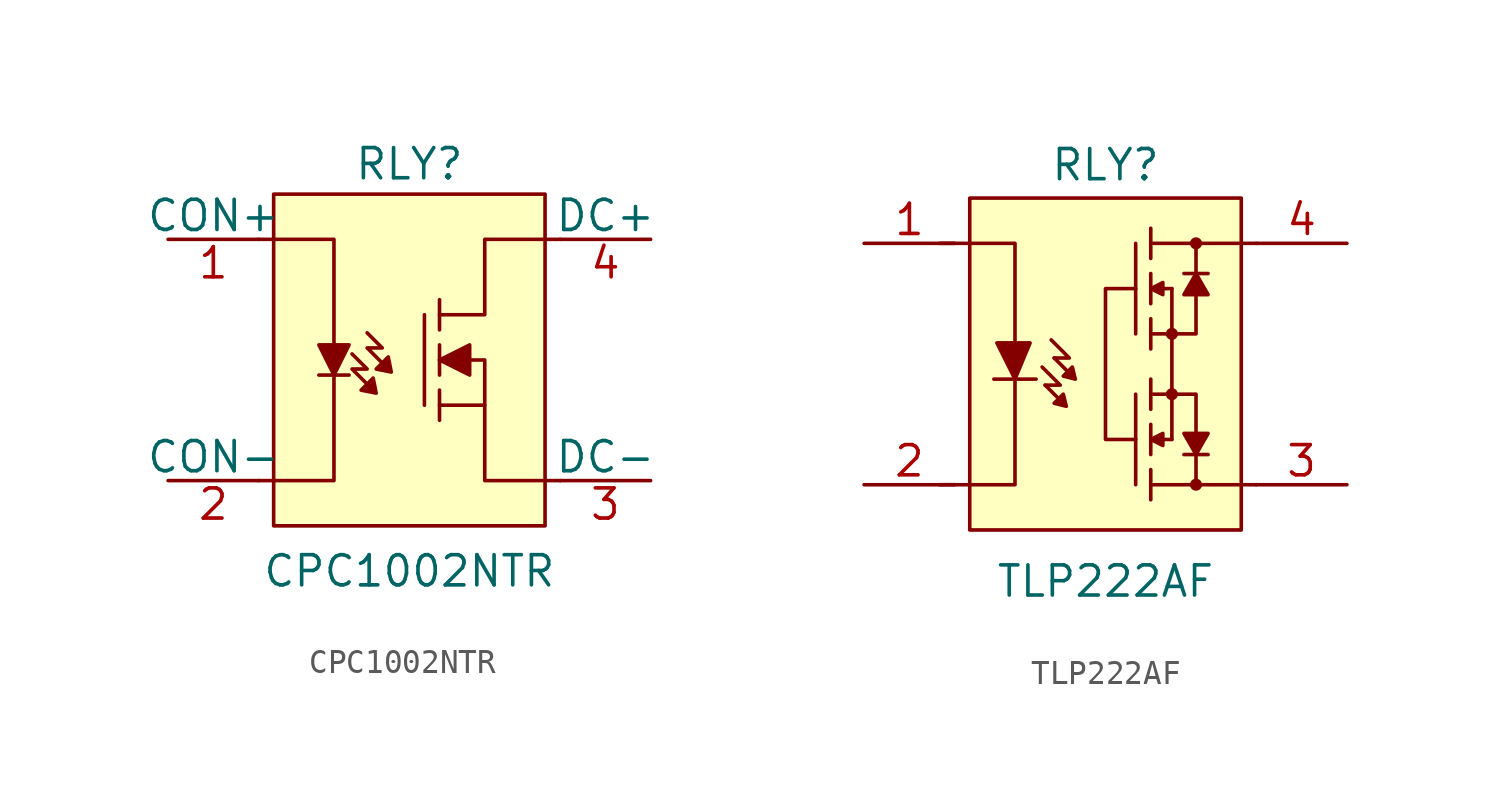
<source format=kicad_sym>
(kicad_symbol_lib
  (version 20201005)
  (generator kicad_symbol_editor)
  (symbol "CPC1002NTR"
    (pin_names
      (offset 0))
    (property "Reference" "RLY"
      (at 0 8.255 0)
      (effects (font (size 1.27 1.27))))
    (property "Value" "CPC1002NTR"
      (at 0 -8.89 0)
      (effects (font (size 1.27 1.27))))
    (symbol "CPC1002NTR_0_1"
      (rectangle (start 5.715 6.985) (end -5.715 -6.985) (stroke (width 0)) (fill (type background)))
      (polyline (pts (xy -3.81 -0.635) (xy -2.54 -0.635)) (stroke (width 0)) (fill (type none)))
      (polyline (pts (xy 0.635 1.905) (xy 0.635 -1.905)) (stroke (width 0)) (fill (type none)))
      (polyline (pts (xy 1.27 -1.27) (xy 1.27 -2.54)) (stroke (width 0)) (fill (type none)))
      (polyline (pts (xy 1.27 -0.635) (xy 1.27 0.635)) (stroke (width 0)) (fill (type none)))
      (polyline (pts (xy 1.27 1.27) (xy 1.27 2.54)) (stroke (width 0)) (fill (type none)))
      (polyline (pts (xy 3.175 -1.905) (xy 3.175 0) (xy 1.27 0)) (stroke (width 0)) (fill (type none)))
      (polyline (pts (xy -6.35 5.08) (xy -3.175 5.08) (xy -3.175 -5.08) (xy -6.35 -5.08)) (stroke (width 0)) (fill (type none)))
      (polyline (pts (xy -3.81 0.635) (xy -2.54 0.635) (xy -3.175 -0.635) (xy -3.81 0.635)) (stroke (width 0)) (fill (type outline)))
      (polyline (pts (xy -2.413 0.254) (xy -1.778 -0.381) (xy -2.413 -0.381) (xy -1.778 -1.016)) (stroke (width 0)) (fill (type none)))
      (polyline (pts (xy -1.778 1.143) (xy -1.143 0.508) (xy -1.778 0.508) (xy -1.143 -0.127)) (stroke (width 0)) (fill (type none)))
      (polyline (pts (xy -1.524 -0.762) (xy -2.032 -1.27) (xy -1.397 -1.397) (xy -1.524 -0.762)) (stroke (width 0)) (fill (type outline)))
      (polyline (pts (xy -0.889 0.127) (xy -1.397 -0.381) (xy -0.762 -0.508) (xy -0.889 0.127)) (stroke (width 0)) (fill (type outline)))
      (polyline (pts (xy 1.27 -1.905) (xy 3.175 -1.905) (xy 3.175 -5.08) (xy 6.35 -5.08)) (stroke (width 0)) (fill (type none)))
      (polyline (pts (xy 1.27 0) (xy 2.54 0.635) (xy 2.54 -0.635) (xy 1.27 0)) (stroke (width 0)) (fill (type outline)))
      (polyline (pts (xy 1.27 1.905) (xy 3.175 1.905) (xy 3.175 5.08) (xy 6.35 5.08)) (stroke (width 0)) (fill (type none))))
    (symbol "CPC1002NTR_1_1"
      (pin passive line (at -10.16 5.08 0) (length 3.81) (name "CON+" (effects (font (size 1.27 1.27)))) (number "1" (effects (font (size 1.27 1.27)))))
      (pin passive line (at -10.16 -5.08 0) (length 3.81) (name "CON-" (effects (font (size 1.27 1.27)))) (number "2" (effects (font (size 1.27 1.27)))))
      (pin input line (at 10.16 -5.08 180) (length 3.81) (name "DC-" (effects (font (size 1.27 1.27)))) (number "3" (effects (font (size 1.27 1.27)))))
      (pin output line (at 10.16 5.08 180) (length 3.81) (name "DC+" (effects (font (size 1.27 1.27)))) (number "4" (effects (font (size 1.27 1.27)))))))
  (symbol "TLP222AF"
    (pin_names
      (offset 0) hide)
    (property "Reference" "RLY"
      (at 0 8.382 0)
      (effects (font (size 1.27 1.27))))
    (property "Value" "TLP222AF"
      (at 0 -9.144 0)
      (effects (font (size 1.27 1.27))))
    (symbol "TLP222AF_0_1"
      (circle (center 2.794 -1.27) (radius 0.178) (stroke (width 0)) (fill (type outline)))
      (circle (center 2.794 1.27) (radius 0.178) (stroke (width 0)) (fill (type outline)))
      (circle (center 3.81 -5.08) (radius 0.178) (stroke (width 0)) (fill (type outline)))
      (circle (center 3.81 5.08) (radius 0.178) (stroke (width 0)) (fill (type outline)))
      (rectangle (start -5.715 6.985) (end 5.715 -6.985) (stroke (width 0)) (fill (type background)))
      (polyline (pts (xy -4.699 -0.635) (xy -2.921 -0.635)) (stroke (width 0)) (fill (type none)))
      (polyline (pts (xy -2.54 -0.889) (xy -2.032 -1.397)) (stroke (width 0)) (fill (type none)))
      (polyline (pts (xy -2.159 0.254) (xy -1.651 -0.254)) (stroke (width 0)) (fill (type none)))
      (polyline (pts (xy 1.27 -1.27) (xy 1.27 -5.08)) (stroke (width 0)) (fill (type none)))
      (polyline (pts (xy 1.27 5.08) (xy 1.27 1.27)) (stroke (width 0)) (fill (type none)))
      (polyline (pts (xy 1.905 -3.81) (xy 1.905 -2.54)) (stroke (width 0)) (fill (type none)))
      (polyline (pts (xy 1.905 -1.905) (xy 1.905 -0.635)) (stroke (width 0)) (fill (type none)))
      (polyline (pts (xy 1.905 1.905) (xy 1.905 0.635)) (stroke (width 0)) (fill (type none)))
      (polyline (pts (xy 1.905 3.81) (xy 1.905 2.54)) (stroke (width 0)) (fill (type none)))
      (polyline (pts (xy 2.794 -3.175) (xy 2.413 -3.175)) (stroke (width 0)) (fill (type none)))
      (polyline (pts (xy 2.794 -3.175) (xy 2.794 3.175)) (stroke (width 0)) (fill (type none)))
      (polyline (pts (xy 2.794 3.175) (xy 2.413 3.175)) (stroke (width 0)) (fill (type none)))
      (polyline (pts (xy 3.302 -3.81) (xy 4.318 -3.81)) (stroke (width 0)) (fill (type none)))
      (polyline (pts (xy 3.302 3.81) (xy 4.318 3.81)) (stroke (width 0)) (fill (type none)))
      (polyline (pts (xy 3.81 -3.81) (xy 3.81 -5.08)) (stroke (width 0)) (fill (type none)))
      (polyline (pts (xy 3.81 3.81) (xy 3.81 5.08)) (stroke (width 0)) (fill (type none)))
      (polyline (pts (xy -3.81 -0.508) (xy -3.81 -5.08) (xy -6.985 -5.08)) (stroke (width 0)) (fill (type none)))
      (polyline (pts (xy -3.81 0.508) (xy -3.81 5.08) (xy -6.985 5.08)) (stroke (width 0)) (fill (type none)))
      (polyline (pts (xy -2.54 -0.889) (xy -1.905 -0.889) (xy -2.667 -0.127)) (stroke (width 0)) (fill (type none)))
      (polyline (pts (xy -2.159 0.254) (xy -1.524 0.254) (xy -2.286 1.016)) (stroke (width 0)) (fill (type none)))
      (polyline (pts (xy 1.905 -1.27) (xy 3.81 -1.27) (xy 3.81 -3.175)) (stroke (width 0)) (fill (type none)))
      (polyline (pts (xy 1.905 1.27) (xy 3.81 1.27) (xy 3.81 3.175)) (stroke (width 0)) (fill (type none)))
      (polyline (pts (xy -4.572 0.889) (xy -3.175 0.889) (xy -3.81 -0.635) (xy -4.572 0.889)) (stroke (width 0)) (fill (type outline)))
      (polyline (pts (xy -2.159 -1.651) (xy -1.778 -1.27) (xy -1.651 -1.778) (xy -2.159 -1.651)) (stroke (width 0)) (fill (type outline)))
      (polyline (pts (xy -1.778 -0.508) (xy -1.397 -0.127) (xy -1.27 -0.635) (xy -1.778 -0.508)) (stroke (width 0)) (fill (type outline)))
      (polyline (pts (xy 1.27 -3.175) (xy 0 -3.175) (xy 0 3.175) (xy 1.27 3.175)) (stroke (width 0)) (fill (type none)))
      (polyline (pts (xy 2.413 -2.921) (xy 2.413 -3.429) (xy 1.905 -3.175) (xy 2.413 -2.921)) (stroke (width 0)) (fill (type outline)))
      (polyline (pts (xy 2.413 3.429) (xy 2.413 2.921) (xy 1.905 3.175) (xy 2.413 3.429)) (stroke (width 0)) (fill (type outline)))
      (polyline (pts (xy 3.81 -3.81) (xy 3.302 -2.921) (xy 4.318 -2.921) (xy 3.81 -3.81)) (stroke (width 0)) (fill (type outline)))
      (polyline (pts (xy 3.81 3.81) (xy 3.302 2.921) (xy 4.318 2.921) (xy 3.81 3.81)) (stroke (width 0)) (fill (type outline)))
      (polyline (pts (xy 6.35 -5.08) (xy 1.905 -5.08) (xy 1.905 -4.445) (xy 1.905 -5.715)) (stroke (width 0)) (fill (type none)))
      (polyline (pts (xy 6.35 5.08) (xy 1.905 5.08) (xy 1.905 5.715) (xy 1.905 4.445)) (stroke (width 0)) (fill (type none))))
    (symbol "TLP222AF_1_1"
      (pin passive line (at -10.16 5.08 0) (length 3.81) (name "A" (effects (font (size 1.27 1.27)))) (number "1" (effects (font (size 1.27 1.27)))))
      (pin passive line (at -10.16 -5.08 0) (length 3.81) (name "K" (effects (font (size 1.27 1.27)))) (number "2" (effects (font (size 1.27 1.27)))))
      (pin passive line (at 10.16 -5.08 180) (length 3.81) (name "DRAIN" (effects (font (size 1.27 1.27)))) (number "3" (effects (font (size 1.27 1.27)))))
      (pin passive line (at 10.16 5.08 180) (length 3.81) (name "DRAIN" (effects (font (size 1.27 1.27)))) (number "4" (effects (font (size 1.27 1.27))))))))
</source>
